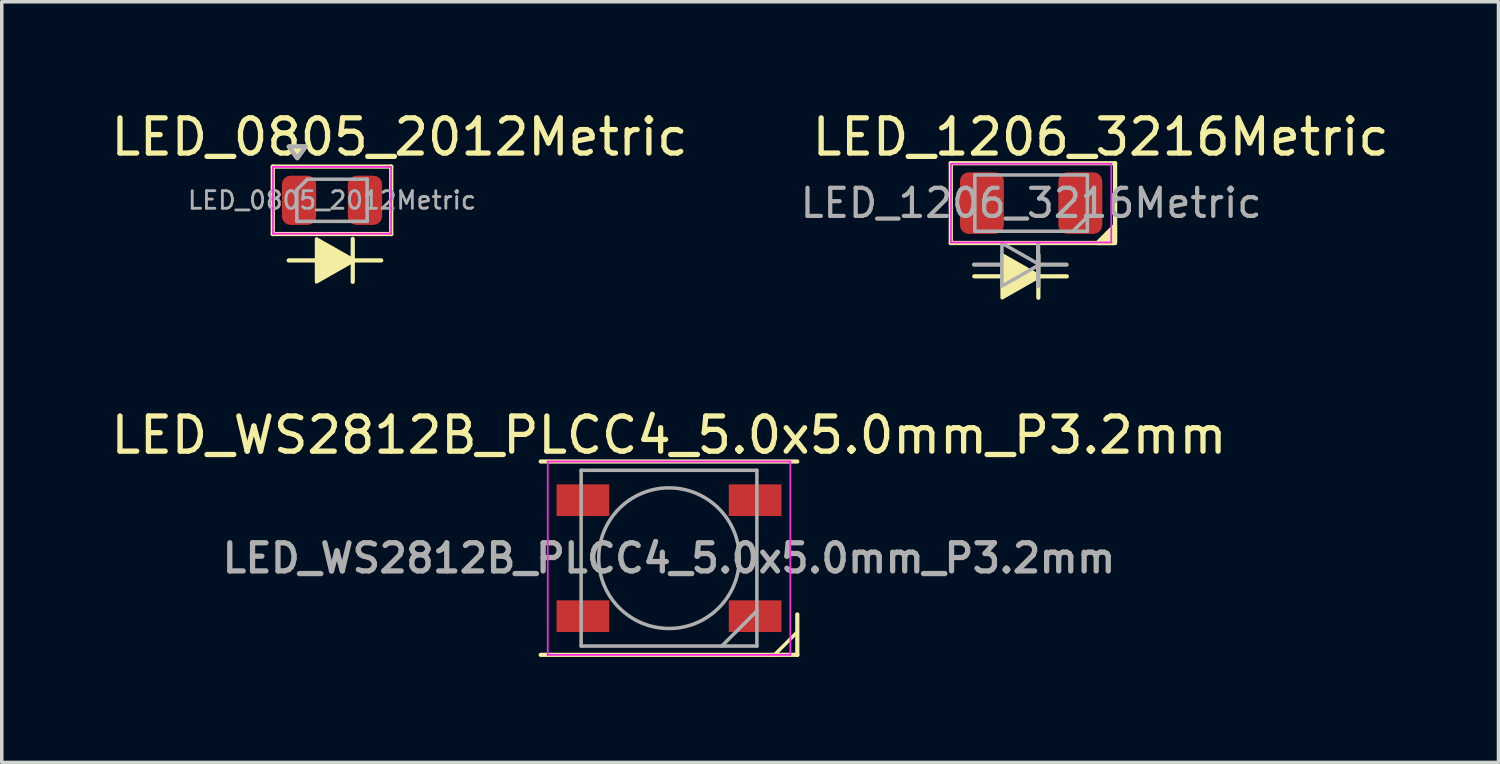
<source format=kicad_pcb>
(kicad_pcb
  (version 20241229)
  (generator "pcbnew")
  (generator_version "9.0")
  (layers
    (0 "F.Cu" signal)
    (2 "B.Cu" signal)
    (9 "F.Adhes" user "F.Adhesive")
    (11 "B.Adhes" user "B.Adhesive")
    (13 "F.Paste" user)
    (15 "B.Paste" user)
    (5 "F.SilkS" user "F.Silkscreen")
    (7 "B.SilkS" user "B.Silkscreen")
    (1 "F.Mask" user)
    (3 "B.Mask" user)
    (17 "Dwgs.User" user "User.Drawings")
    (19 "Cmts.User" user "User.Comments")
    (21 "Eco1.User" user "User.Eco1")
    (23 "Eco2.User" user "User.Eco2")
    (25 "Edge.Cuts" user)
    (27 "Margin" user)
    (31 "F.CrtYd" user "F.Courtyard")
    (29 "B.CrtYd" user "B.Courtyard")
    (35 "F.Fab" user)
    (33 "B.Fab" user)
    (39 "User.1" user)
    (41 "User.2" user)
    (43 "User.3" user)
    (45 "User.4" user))
  (footprint "LED_WS2812B_PLCC4_5.0x5.0mm_P3.2mm"
    (layer "F.Cu")
    (at 15.982 12.829)
    (property "Reference" "LED_WS2812B_PLCC4_5.0x5.0mm_P3.2mm" (at 0 -3.5 0) (layer "F.SilkS") (effects (font (size 1 1) (thickness 0.15))))
    (attr smd)
    (fp_line (start -3.65 -2.75) (end 3.65 -2.75) (stroke (width 0.12) (type solid)) (layer "F.SilkS"))
    (fp_line (start -3.65 2.75) (end 3.65 2.75) (stroke (width 0.12) (type solid)) (layer "F.SilkS"))
    (fp_line (start 3.65 2.1) (end 3 2.75) (stroke (width 0.1) (type default)) (layer "F.SilkS"))
    (fp_line (start 3.65 2.75) (end 3.65 1.6) (stroke (width 0.12) (type solid)) (layer "F.SilkS"))
    (fp_line (start -3.45 -2.75) (end -3.45 2.75) (stroke (width 0.05) (type solid)) (layer "F.CrtYd"))
    (fp_line (start -3.45 2.75) (end 3.45 2.75) (stroke (width 0.05) (type solid)) (layer "F.CrtYd"))
    (fp_line (start 3.45 -2.75) (end -3.45 -2.75) (stroke (width 0.05) (type solid)) (layer "F.CrtYd"))
    (fp_line (start 3.45 2.75) (end 3.45 -2.75) (stroke (width 0.05) (type solid)) (layer "F.CrtYd"))
    (fp_line (start -2.5 -2.5) (end -2.5 2.5) (stroke (width 0.1) (type solid)) (layer "F.Fab"))
    (fp_line (start -2.5 2.5) (end 2.5 2.5) (stroke (width 0.1) (type solid)) (layer "F.Fab"))
    (fp_line (start 2.5 -2.5) (end -2.5 -2.5) (stroke (width 0.1) (type solid)) (layer "F.Fab"))
    (fp_line (start 2.5 1.5) (end 1.5 2.5) (stroke (width 0.1) (type solid)) (layer "F.Fab"))
    (fp_line (start 2.5 2.5) (end 2.5 -2.5) (stroke (width 0.1) (type solid)) (layer "F.Fab"))
    (fp_circle (center 0 0) (end 0 -2) (stroke (width 0.1) (type solid)) (fill no) (layer "F.Fab"))
    (fp_text user "${REFERENCE}" (at 0 0 0) (layer "F.Fab") (effects (font (size 0.8 0.8) (thickness 0.15))))
    (pad "1" smd rect (at -2.45 -1.65) (size 1.5 0.9) (layers "F.Cu" "F.Mask" "F.Paste"))
    (pad "2" smd rect (at -2.45 1.65) (size 1.5 0.9) (layers "F.Cu" "F.Mask" "F.Paste"))
    (pad "3" smd rect (at 2.45 1.65) (size 1.5 0.9) (layers "F.Cu" "F.Mask" "F.Paste"))
    (pad "4" smd rect (at 2.45 -1.65) (size 1.5 0.9) (layers "F.Cu" "F.Mask" "F.Paste")))
  (footprint "LED_1206_3216Metric"
    (layer "F.Cu")
    (at 26.283 2.728)
    (property "Reference" "LED_1206_3216Metric" (at 1.98 -1.88 0) (layer "F.SilkS") (effects (font (size 1 1) (thickness 0.15))))
    (attr smd)
    (fp_line (start -2.285 -1.135) (end -2.285 1.135) (stroke (width 0.12) (type solid)) (layer "F.SilkS"))
    (fp_line (start -2.285 1.135) (end 2.385 1.135) (stroke (width 0.12) (type solid)) (layer "F.SilkS"))
    (fp_line (start -1.617 2.083) (end -0.872 2.083) (stroke (width 0.12) (type solid)) (layer "F.SilkS"))
    (fp_line (start 0.206 1.473) (end 0.206 2.693) (stroke (width 0.12) (type solid)) (layer "F.SilkS"))
    (fp_line (start 0.271 2.083) (end 1.016 2.083) (stroke (width 0.12) (type solid)) (layer "F.SilkS"))
    (fp_line (start 2.39 -1.135) (end -2.285 -1.135) (stroke (width 0.12) (type solid)) (layer "F.SilkS"))
    (fp_line (start 2.39 1.113) (end 2.39 -1.133) (stroke (width 0.12) (type default)) (layer "F.SilkS"))
    (fp_poly (pts (xy 0.246 2.083) (xy -0.824 2.693) (xy -0.824 1.473)) (stroke (width 0.1) (type solid)) (fill yes) (layer "F.SilkS"))
    (fp_poly (pts (xy 2.385 1.135) (xy 1.885 1.135) (xy 2.385 0.635)) (stroke (width 0.12) (type solid)) (fill yes) (layer "F.SilkS"))
    (fp_line (start -2.28 -1.12) (end 2.28 -1.12) (stroke (width 0.05) (type solid)) (layer "F.CrtYd"))
    (fp_line (start -2.28 1.12) (end -2.28 -1.12) (stroke (width 0.05) (type solid)) (layer "F.CrtYd"))
    (fp_line (start 2.28 -1.12) (end 2.28 1.12) (stroke (width 0.05) (type solid)) (layer "F.CrtYd"))
    (fp_line (start 2.28 1.12) (end -2.28 1.12) (stroke (width 0.05) (type solid)) (layer "F.CrtYd"))
    (fp_line (start -1.623 1.75) (end -0.877 1.75) (stroke (width 0.12) (type solid)) (layer "F.Fab"))
    (fp_line (start -1.6 -0.8) (end -1.6 0.8) (stroke (width 0.1) (type solid)) (layer "F.Fab"))
    (fp_line (start -1.6 0.8) (end 1.6 0.8) (stroke (width 0.1) (type solid)) (layer "F.Fab"))
    (fp_line (start 0.2 1.14) (end 0.2 2.36) (stroke (width 0.12) (type solid)) (layer "F.Fab"))
    (fp_line (start 0.265 1.75) (end 1.01 1.75) (stroke (width 0.12) (type solid)) (layer "F.Fab"))
    (fp_line (start 1.59 0.4) (end 1.19 0.8) (stroke (width 0.1) (type solid)) (layer "F.Fab"))
    (fp_line (start 1.6 -0.8) (end -1.6 -0.8) (stroke (width 0.1) (type solid)) (layer "F.Fab"))
    (fp_line (start 1.6 0.8) (end 1.6 -0.8) (stroke (width 0.1) (type solid)) (layer "F.Fab"))
    (fp_poly (pts (xy 0.24 1.75) (xy -0.83 2.36) (xy -0.83 1.14)) (stroke (width 0.1) (type solid)) (fill no) (layer "F.Fab"))
    (fp_text user "${REFERENCE}" (at 0 0 0) (layer "F.Fab") (effects (font (size 0.8 0.8) (thickness 0.12))))
    (pad "1" smd roundrect (at -1.4 0) (size 1.25 1.75) (layers "F.Cu" "F.Mask" "F.Paste") (roundrect_rratio 0.2))
    (pad "2" smd roundrect (at 1.4 0) (size 1.25 1.75) (layers "F.Cu" "F.Mask" "F.Paste") (roundrect_rratio 0.2)))
  (footprint "LED_0805_2012Metric"
    (layer "F.Cu")
    (at 6.395 2.648)
    (property "Reference" "LED_0805_2012Metric" (at 1.92 -1.8 0) (layer "F.SilkS") (effects (font (size 1 1) (thickness 0.15))))
    (attr smd)
    (fp_line (start -1.685 -0.96) (end -1.685 0.96) (stroke (width 0.12) (type solid)) (layer "F.SilkS"))
    (fp_line (start -1.685 0.96) (end 1.685 0.96) (stroke (width 0.12) (type solid)) (layer "F.SilkS"))
    (fp_line (start -1.232 1.71) (end -0.487 1.71) (stroke (width 0.12) (type solid)) (layer "F.SilkS"))
    (fp_line (start 0.59 1.1) (end 0.59 2.32) (stroke (width 0.12) (type solid)) (layer "F.SilkS"))
    (fp_line (start 0.655 1.71) (end 1.4 1.71) (stroke (width 0.12) (type solid)) (layer "F.SilkS"))
    (fp_line (start 1.685 -0.96) (end -1.685 -0.96) (stroke (width 0.12) (type solid)) (layer "F.SilkS"))
    (fp_line (start 1.685 -0.96) (end 1.685 0.96) (stroke (width 0.12) (type solid)) (layer "F.SilkS"))
    (fp_poly (pts (xy 0.63 1.71) (xy -0.44 2.32) (xy -0.44 1.1)) (stroke (width 0.1) (type solid)) (fill yes) (layer "F.SilkS"))
    (fp_poly (pts (xy -0.99 -1.2) (xy -1.23 -1.53) (xy -0.75 -1.53) (xy -0.99 -1.2)) (stroke (width 0.12) (type solid)) (fill yes) (layer "F.SilkS"))
    (fp_line (start -1.68 -0.95) (end 1.68 -0.95) (stroke (width 0.05) (type solid)) (layer "F.CrtYd"))
    (fp_line (start -1.68 0.95) (end -1.68 -0.95) (stroke (width 0.05) (type solid)) (layer "F.CrtYd"))
    (fp_line (start 1.68 -0.95) (end 1.68 0.95) (stroke (width 0.05) (type solid)) (layer "F.CrtYd"))
    (fp_line (start 1.68 0.95) (end -1.68 0.95) (stroke (width 0.05) (type solid)) (layer "F.CrtYd"))
    (fp_line (start -1 -0.3) (end -1 0.6) (stroke (width 0.1) (type solid)) (layer "F.Fab"))
    (fp_line (start -1 0.6) (end 1 0.6) (stroke (width 0.1) (type solid)) (layer "F.Fab"))
    (fp_line (start -0.7 -0.6) (end -1 -0.3) (stroke (width 0.1) (type solid)) (layer "F.Fab"))
    (fp_line (start 1 -0.6) (end -0.7 -0.6) (stroke (width 0.1) (type solid)) (layer "F.Fab"))
    (fp_line (start 1 0.6) (end 1 -0.6) (stroke (width 0.1) (type solid)) (layer "F.Fab"))
    (fp_poly (pts (xy -0.989 -1.2) (xy -1.229 -1.53) (xy -0.749 -1.53) (xy -0.989 -1.2)) (stroke (width 0.12) (type solid)) (fill no) (layer "F.Fab"))
    (fp_text user "${REFERENCE}" (at 0 0 0) (layer "F.Fab") (effects (font (size 0.5 0.5) (thickness 0.08))))
    (pad "1" smd roundrect (at -0.938 0) (size 0.975 1.4) (layers "F.Cu" "F.Mask" "F.Paste") (roundrect_rratio 0.25))
    (pad "2" smd roundrect (at 0.938 0) (size 0.975 1.4) (layers "F.Cu" "F.Mask" "F.Paste") (roundrect_rratio 0.25)))
  (gr_rect
    (start -3 -3)
    (end 39.579 18.639)
    (stroke (width 0.1) (type default))
    (fill no)
    (layer "Edge.Cuts")))
</source>
